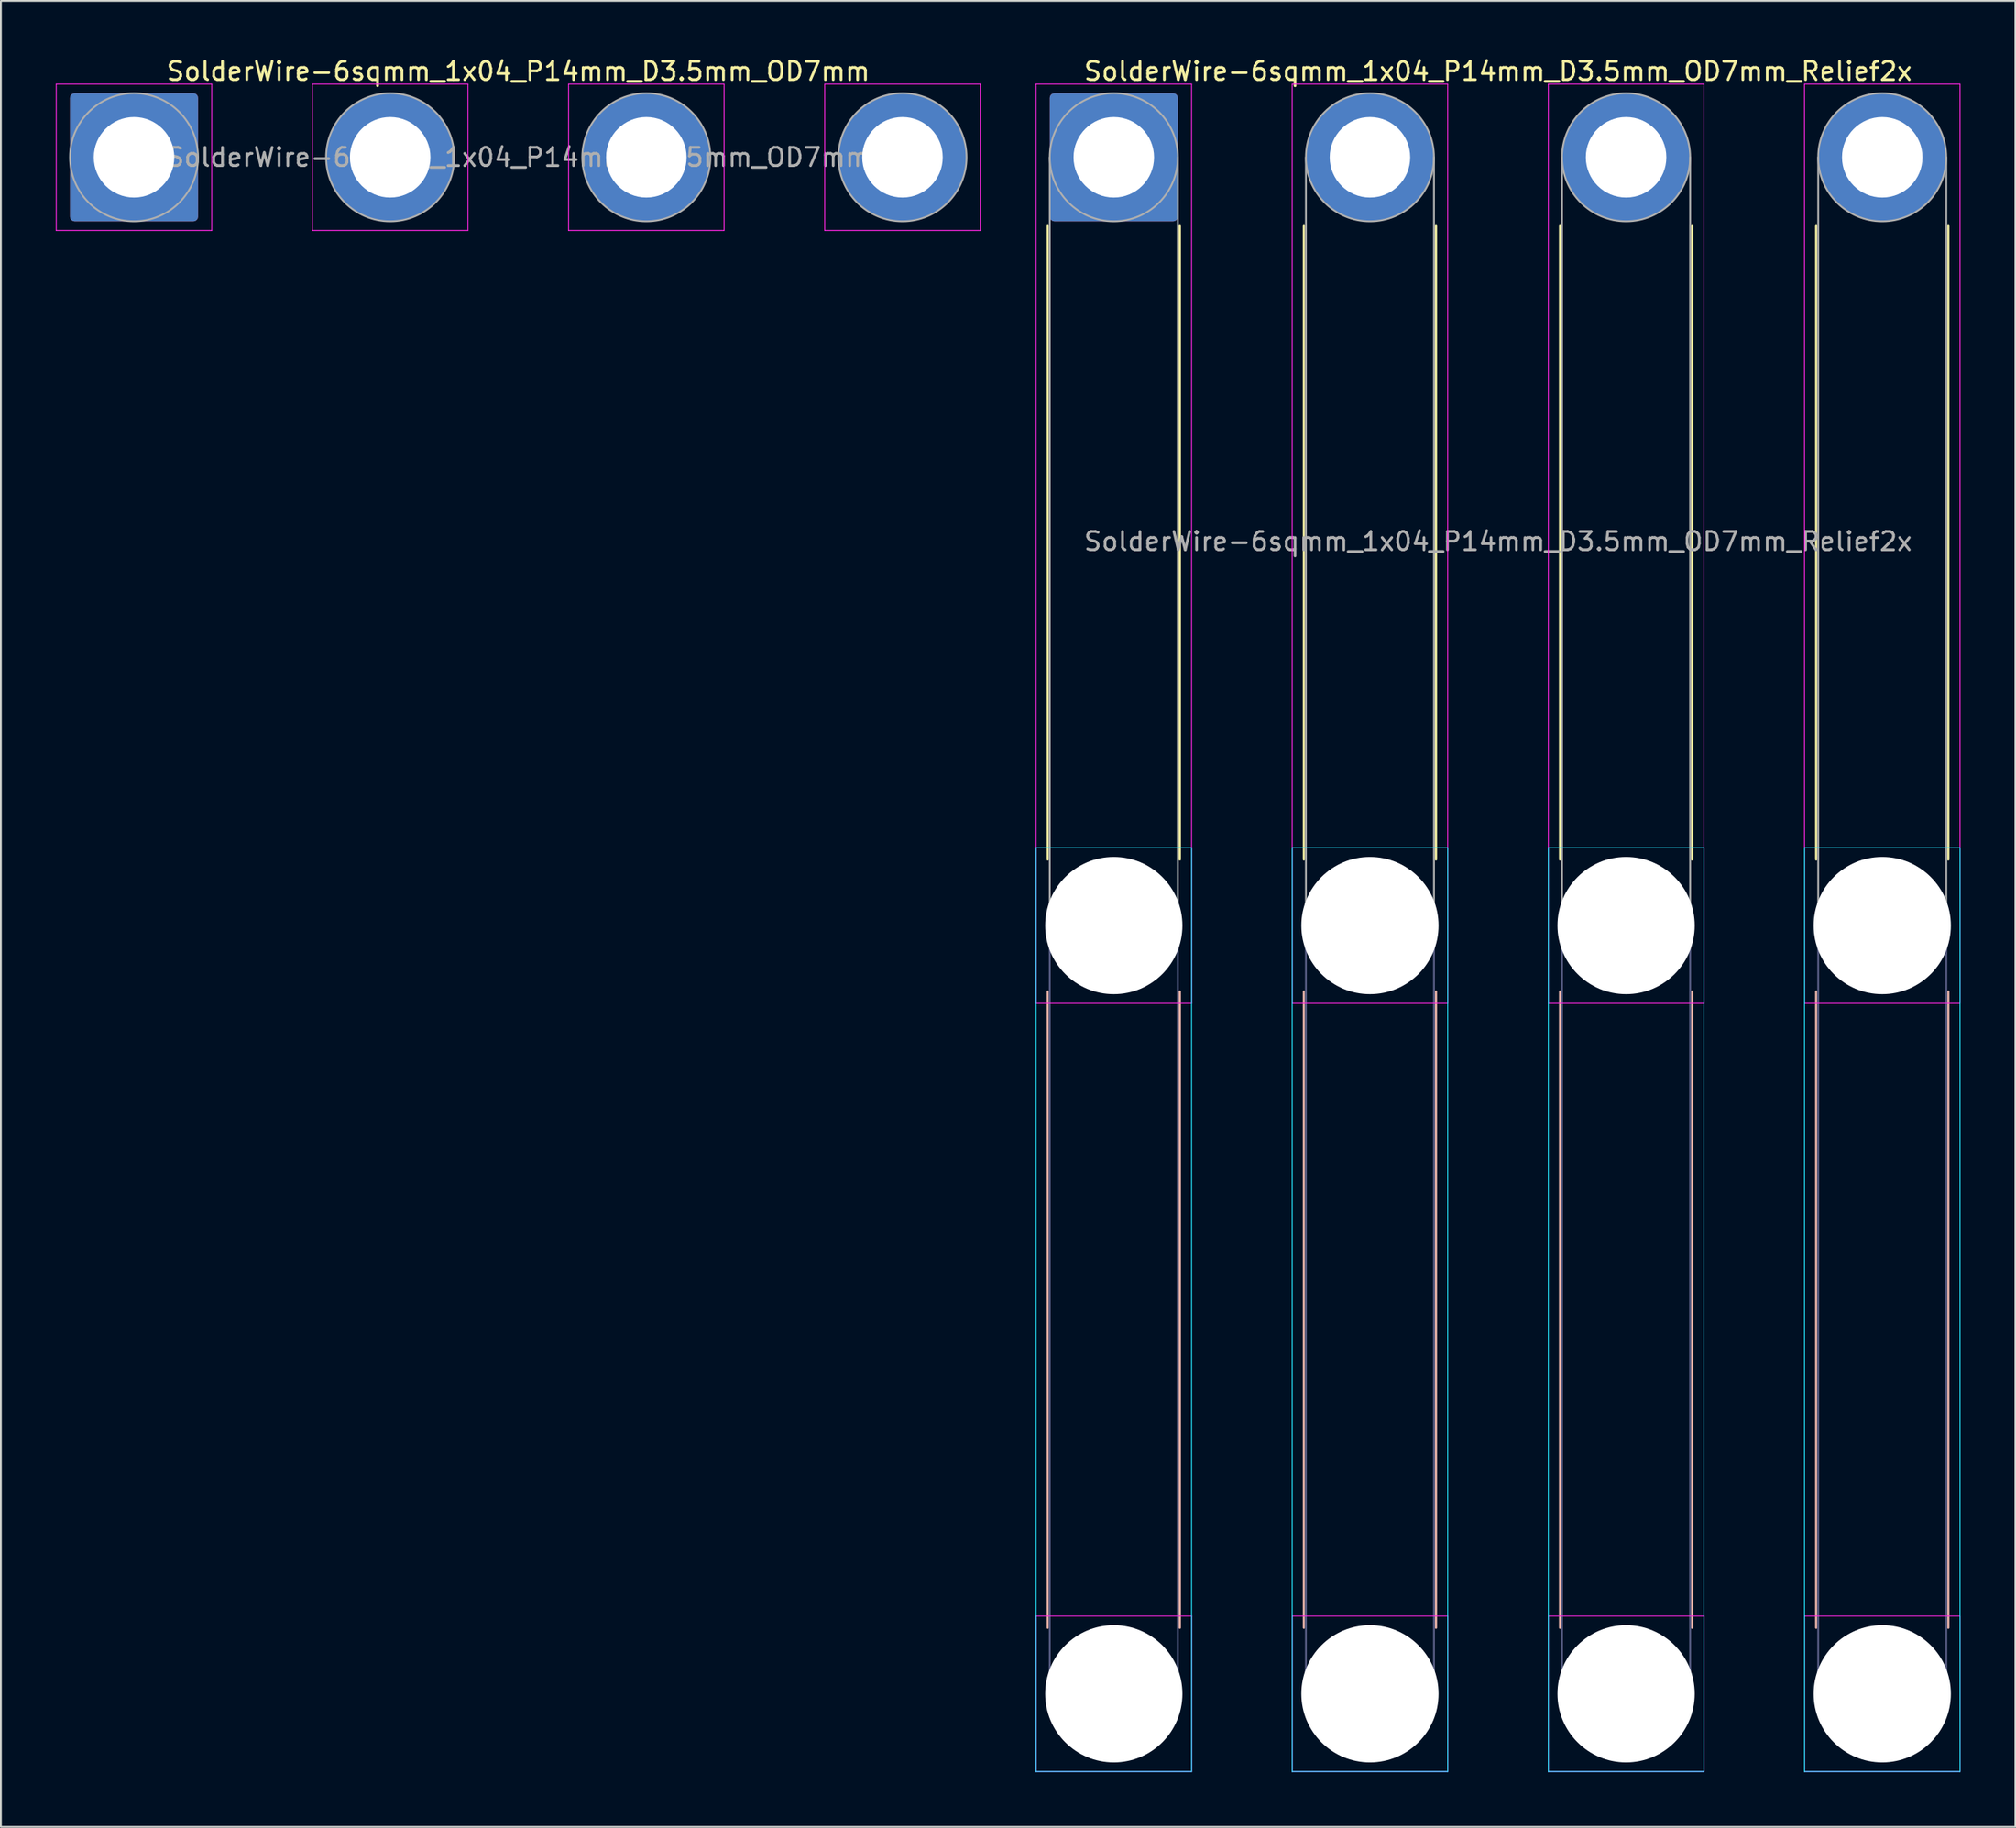
<source format=kicad_pcb>
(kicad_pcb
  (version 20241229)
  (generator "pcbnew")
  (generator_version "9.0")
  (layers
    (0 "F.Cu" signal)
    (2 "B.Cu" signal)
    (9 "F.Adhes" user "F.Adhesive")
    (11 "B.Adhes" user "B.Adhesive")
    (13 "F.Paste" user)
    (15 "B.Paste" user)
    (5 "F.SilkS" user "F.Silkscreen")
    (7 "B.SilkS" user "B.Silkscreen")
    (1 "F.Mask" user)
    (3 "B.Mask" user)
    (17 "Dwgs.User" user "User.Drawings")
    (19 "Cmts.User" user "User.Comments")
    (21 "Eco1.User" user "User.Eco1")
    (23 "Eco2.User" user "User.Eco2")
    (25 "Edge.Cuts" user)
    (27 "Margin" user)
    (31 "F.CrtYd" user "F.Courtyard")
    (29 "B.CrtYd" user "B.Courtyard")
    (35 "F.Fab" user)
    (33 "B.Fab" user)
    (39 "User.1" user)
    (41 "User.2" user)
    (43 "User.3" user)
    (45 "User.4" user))
  (footprint "SolderWire-6sqmm_1x04_P14mm_D3.5mm_OD7mm_Relief2x"
    (layer "F.Cu")
    (at 57.825 5.548)
    (property "Reference" "SolderWire-6sqmm_1x04_P14mm_D3.5mm_OD7mm_Relief2x" (at 21 -4.7 0) (layer "F.SilkS") (effects (font (size 1 1) (thickness 0.15))))
    (attr exclude_from_pos_files exclude_from_bom)
    (fp_line (start -3.61 3.76) (end -3.61 38.39) (stroke (width 0.12) (type solid)) (layer "F.SilkS"))
    (fp_line (start 3.61 3.76) (end 3.61 38.39) (stroke (width 0.12) (type solid)) (layer "F.SilkS"))
    (fp_line (start 10.39 3.76) (end 10.39 38.39) (stroke (width 0.12) (type solid)) (layer "F.SilkS"))
    (fp_line (start 17.61 3.76) (end 17.61 38.39) (stroke (width 0.12) (type solid)) (layer "F.SilkS"))
    (fp_line (start 24.39 3.76) (end 24.39 38.39) (stroke (width 0.12) (type solid)) (layer "F.SilkS"))
    (fp_line (start 31.61 3.76) (end 31.61 38.39) (stroke (width 0.12) (type solid)) (layer "F.SilkS"))
    (fp_line (start 38.39 3.76) (end 38.39 38.39) (stroke (width 0.12) (type solid)) (layer "F.SilkS"))
    (fp_line (start 45.61 3.76) (end 45.61 38.39) (stroke (width 0.12) (type solid)) (layer "F.SilkS"))
    (fp_line (start -3.61 45.61) (end -3.61 80.39) (stroke (width 0.12) (type solid)) (layer "B.SilkS"))
    (fp_line (start 3.61 45.61) (end 3.61 80.39) (stroke (width 0.12) (type solid)) (layer "B.SilkS"))
    (fp_line (start 10.39 45.61) (end 10.39 80.39) (stroke (width 0.12) (type solid)) (layer "B.SilkS"))
    (fp_line (start 17.61 45.61) (end 17.61 80.39) (stroke (width 0.12) (type solid)) (layer "B.SilkS"))
    (fp_line (start 24.39 45.61) (end 24.39 80.39) (stroke (width 0.12) (type solid)) (layer "B.SilkS"))
    (fp_line (start 31.61 45.61) (end 31.61 80.39) (stroke (width 0.12) (type solid)) (layer "B.SilkS"))
    (fp_line (start 38.39 45.61) (end 38.39 80.39) (stroke (width 0.12) (type solid)) (layer "B.SilkS"))
    (fp_line (start 45.61 45.61) (end 45.61 80.39) (stroke (width 0.12) (type solid)) (layer "B.SilkS"))
    (fp_line (start -4.25 37.75) (end -4.25 88.25) (stroke (width 0.05) (type solid)) (layer "B.CrtYd"))
    (fp_line (start -4.25 88.25) (end 4.25 88.25) (stroke (width 0.05) (type solid)) (layer "B.CrtYd"))
    (fp_line (start 4.25 37.75) (end -4.25 37.75) (stroke (width 0.05) (type solid)) (layer "B.CrtYd"))
    (fp_line (start 4.25 88.25) (end 4.25 37.75) (stroke (width 0.05) (type solid)) (layer "B.CrtYd"))
    (fp_line (start 9.75 37.75) (end 9.75 88.25) (stroke (width 0.05) (type solid)) (layer "B.CrtYd"))
    (fp_line (start 9.75 88.25) (end 18.25 88.25) (stroke (width 0.05) (type solid)) (layer "B.CrtYd"))
    (fp_line (start 18.25 37.75) (end 9.75 37.75) (stroke (width 0.05) (type solid)) (layer "B.CrtYd"))
    (fp_line (start 18.25 88.25) (end 18.25 37.75) (stroke (width 0.05) (type solid)) (layer "B.CrtYd"))
    (fp_line (start 23.75 37.75) (end 23.75 88.25) (stroke (width 0.05) (type solid)) (layer "B.CrtYd"))
    (fp_line (start 23.75 88.25) (end 32.25 88.25) (stroke (width 0.05) (type solid)) (layer "B.CrtYd"))
    (fp_line (start 32.25 37.75) (end 23.75 37.75) (stroke (width 0.05) (type solid)) (layer "B.CrtYd"))
    (fp_line (start 32.25 88.25) (end 32.25 37.75) (stroke (width 0.05) (type solid)) (layer "B.CrtYd"))
    (fp_line (start 37.75 37.75) (end 37.75 88.25) (stroke (width 0.05) (type solid)) (layer "B.CrtYd"))
    (fp_line (start 37.75 88.25) (end 46.25 88.25) (stroke (width 0.05) (type solid)) (layer "B.CrtYd"))
    (fp_line (start 46.25 37.75) (end 37.75 37.75) (stroke (width 0.05) (type solid)) (layer "B.CrtYd"))
    (fp_line (start 46.25 88.25) (end 46.25 37.75) (stroke (width 0.05) (type solid)) (layer "B.CrtYd"))
    (fp_line (start -4.25 -4) (end -4.25 46.25) (stroke (width 0.05) (type solid)) (layer "F.CrtYd"))
    (fp_line (start -4.25 46.25) (end 4.25 46.25) (stroke (width 0.05) (type solid)) (layer "F.CrtYd"))
    (fp_line (start -4.25 79.75) (end -4.25 88.25) (stroke (width 0.05) (type solid)) (layer "F.CrtYd"))
    (fp_line (start -4.25 88.25) (end 4.25 88.25) (stroke (width 0.05) (type solid)) (layer "F.CrtYd"))
    (fp_line (start 4.25 -4) (end -4.25 -4) (stroke (width 0.05) (type solid)) (layer "F.CrtYd"))
    (fp_line (start 4.25 46.25) (end 4.25 -4) (stroke (width 0.05) (type solid)) (layer "F.CrtYd"))
    (fp_line (start 4.25 79.75) (end -4.25 79.75) (stroke (width 0.05) (type solid)) (layer "F.CrtYd"))
    (fp_line (start 4.25 88.25) (end 4.25 79.75) (stroke (width 0.05) (type solid)) (layer "F.CrtYd"))
    (fp_line (start 9.75 -4) (end 9.75 46.25) (stroke (width 0.05) (type solid)) (layer "F.CrtYd"))
    (fp_line (start 9.75 46.25) (end 18.25 46.25) (stroke (width 0.05) (type solid)) (layer "F.CrtYd"))
    (fp_line (start 9.75 79.75) (end 9.75 88.25) (stroke (width 0.05) (type solid)) (layer "F.CrtYd"))
    (fp_line (start 9.75 88.25) (end 18.25 88.25) (stroke (width 0.05) (type solid)) (layer "F.CrtYd"))
    (fp_line (start 18.25 -4) (end 9.75 -4) (stroke (width 0.05) (type solid)) (layer "F.CrtYd"))
    (fp_line (start 18.25 46.25) (end 18.25 -4) (stroke (width 0.05) (type solid)) (layer "F.CrtYd"))
    (fp_line (start 18.25 79.75) (end 9.75 79.75) (stroke (width 0.05) (type solid)) (layer "F.CrtYd"))
    (fp_line (start 18.25 88.25) (end 18.25 79.75) (stroke (width 0.05) (type solid)) (layer "F.CrtYd"))
    (fp_line (start 23.75 -4) (end 23.75 46.25) (stroke (width 0.05) (type solid)) (layer "F.CrtYd"))
    (fp_line (start 23.75 46.25) (end 32.25 46.25) (stroke (width 0.05) (type solid)) (layer "F.CrtYd"))
    (fp_line (start 23.75 79.75) (end 23.75 88.25) (stroke (width 0.05) (type solid)) (layer "F.CrtYd"))
    (fp_line (start 23.75 88.25) (end 32.25 88.25) (stroke (width 0.05) (type solid)) (layer "F.CrtYd"))
    (fp_line (start 32.25 -4) (end 23.75 -4) (stroke (width 0.05) (type solid)) (layer "F.CrtYd"))
    (fp_line (start 32.25 46.25) (end 32.25 -4) (stroke (width 0.05) (type solid)) (layer "F.CrtYd"))
    (fp_line (start 32.25 79.75) (end 23.75 79.75) (stroke (width 0.05) (type solid)) (layer "F.CrtYd"))
    (fp_line (start 32.25 88.25) (end 32.25 79.75) (stroke (width 0.05) (type solid)) (layer "F.CrtYd"))
    (fp_line (start 37.75 -4) (end 37.75 46.25) (stroke (width 0.05) (type solid)) (layer "F.CrtYd"))
    (fp_line (start 37.75 46.25) (end 46.25 46.25) (stroke (width 0.05) (type solid)) (layer "F.CrtYd"))
    (fp_line (start 37.75 79.75) (end 37.75 88.25) (stroke (width 0.05) (type solid)) (layer "F.CrtYd"))
    (fp_line (start 37.75 88.25) (end 46.25 88.25) (stroke (width 0.05) (type solid)) (layer "F.CrtYd"))
    (fp_line (start 46.25 -4) (end 37.75 -4) (stroke (width 0.05) (type solid)) (layer "F.CrtYd"))
    (fp_line (start 46.25 46.25) (end 46.25 -4) (stroke (width 0.05) (type solid)) (layer "F.CrtYd"))
    (fp_line (start 46.25 79.75) (end 37.75 79.75) (stroke (width 0.05) (type solid)) (layer "F.CrtYd"))
    (fp_line (start 46.25 88.25) (end 46.25 79.75) (stroke (width 0.05) (type solid)) (layer "F.CrtYd"))
    (fp_line (start -3.5 42) (end -3.5 84) (stroke (width 0.1) (type solid)) (layer "B.Fab"))
    (fp_line (start 3.5 42) (end 3.5 84) (stroke (width 0.1) (type solid)) (layer "B.Fab"))
    (fp_line (start 10.5 42) (end 10.5 84) (stroke (width 0.1) (type solid)) (layer "B.Fab"))
    (fp_line (start 17.5 42) (end 17.5 84) (stroke (width 0.1) (type solid)) (layer "B.Fab"))
    (fp_line (start 24.5 42) (end 24.5 84) (stroke (width 0.1) (type solid)) (layer "B.Fab"))
    (fp_line (start 31.5 42) (end 31.5 84) (stroke (width 0.1) (type solid)) (layer "B.Fab"))
    (fp_line (start 38.5 42) (end 38.5 84) (stroke (width 0.1) (type solid)) (layer "B.Fab"))
    (fp_line (start 45.5 42) (end 45.5 84) (stroke (width 0.1) (type solid)) (layer "B.Fab"))
    (fp_circle (center 0 42) (end 3.5 42) (stroke (width 0.1) (type solid)) (fill no) (layer "B.Fab"))
    (fp_circle (center 0 84) (end 3.5 84) (stroke (width 0.1) (type solid)) (fill no) (layer "B.Fab"))
    (fp_circle (center 14 42) (end 17.5 42) (stroke (width 0.1) (type solid)) (fill no) (layer "B.Fab"))
    (fp_circle (center 14 84) (end 17.5 84) (stroke (width 0.1) (type solid)) (fill no) (layer "B.Fab"))
    (fp_circle (center 28 42) (end 31.5 42) (stroke (width 0.1) (type solid)) (fill no) (layer "B.Fab"))
    (fp_circle (center 28 84) (end 31.5 84) (stroke (width 0.1) (type solid)) (fill no) (layer "B.Fab"))
    (fp_circle (center 42 42) (end 45.5 42) (stroke (width 0.1) (type solid)) (fill no) (layer "B.Fab"))
    (fp_circle (center 42 84) (end 45.5 84) (stroke (width 0.1) (type solid)) (fill no) (layer "B.Fab"))
    (fp_line (start -3.5 0) (end -3.5 42) (stroke (width 0.1) (type solid)) (layer "F.Fab"))
    (fp_line (start 3.5 0) (end 3.5 42) (stroke (width 0.1) (type solid)) (layer "F.Fab"))
    (fp_line (start 10.5 0) (end 10.5 42) (stroke (width 0.1) (type solid)) (layer "F.Fab"))
    (fp_line (start 17.5 0) (end 17.5 42) (stroke (width 0.1) (type solid)) (layer "F.Fab"))
    (fp_line (start 24.5 0) (end 24.5 42) (stroke (width 0.1) (type solid)) (layer "F.Fab"))
    (fp_line (start 31.5 0) (end 31.5 42) (stroke (width 0.1) (type solid)) (layer "F.Fab"))
    (fp_line (start 38.5 0) (end 38.5 42) (stroke (width 0.1) (type solid)) (layer "F.Fab"))
    (fp_line (start 45.5 0) (end 45.5 42) (stroke (width 0.1) (type solid)) (layer "F.Fab"))
    (fp_circle (center 0 0) (end 3.5 0) (stroke (width 0.1) (type solid)) (fill no) (layer "F.Fab"))
    (fp_circle (center 0 42) (end 3.5 42) (stroke (width 0.1) (type solid)) (fill no) (layer "F.Fab"))
    (fp_circle (center 0 84) (end 3.5 84) (stroke (width 0.1) (type solid)) (fill no) (layer "F.Fab"))
    (fp_circle (center 14 0) (end 17.5 0) (stroke (width 0.1) (type solid)) (fill no) (layer "F.Fab"))
    (fp_circle (center 14 42) (end 17.5 42) (stroke (width 0.1) (type solid)) (fill no) (layer "F.Fab"))
    (fp_circle (center 14 84) (end 17.5 84) (stroke (width 0.1) (type solid)) (fill no) (layer "F.Fab"))
    (fp_circle (center 28 0) (end 31.5 0) (stroke (width 0.1) (type solid)) (fill no) (layer "F.Fab"))
    (fp_circle (center 28 42) (end 31.5 42) (stroke (width 0.1) (type solid)) (fill no) (layer "F.Fab"))
    (fp_circle (center 28 84) (end 31.5 84) (stroke (width 0.1) (type solid)) (fill no) (layer "F.Fab"))
    (fp_circle (center 42 0) (end 45.5 0) (stroke (width 0.1) (type solid)) (fill no) (layer "F.Fab"))
    (fp_circle (center 42 42) (end 45.5 42) (stroke (width 0.1) (type solid)) (fill no) (layer "F.Fab"))
    (fp_circle (center 42 84) (end 45.5 84) (stroke (width 0.1) (type solid)) (fill no) (layer "F.Fab"))
    (fp_text user "${REFERENCE}" (at 21 21 0) (layer "F.Fab") (effects (font (size 1 1) (thickness 0.15))))
    (pad "" np_thru_hole circle (at 0 42) (size 7.5 7.5) (drill 7.5) (layers "*.Cu" "*.Mask"))
    (pad "" np_thru_hole circle (at 0 84) (size 7.5 7.5) (drill 7.5) (layers "*.Cu" "*.Mask"))
    (pad "" np_thru_hole circle (at 14 42) (size 7.5 7.5) (drill 7.5) (layers "*.Cu" "*.Mask"))
    (pad "" np_thru_hole circle (at 14 84) (size 7.5 7.5) (drill 7.5) (layers "*.Cu" "*.Mask"))
    (pad "" np_thru_hole circle (at 28 42) (size 7.5 7.5) (drill 7.5) (layers "*.Cu" "*.Mask"))
    (pad "" np_thru_hole circle (at 28 84) (size 7.5 7.5) (drill 7.5) (layers "*.Cu" "*.Mask"))
    (pad "" np_thru_hole circle (at 42 42) (size 7.5 7.5) (drill 7.5) (layers "*.Cu" "*.Mask"))
    (pad "" np_thru_hole circle (at 42 84) (size 7.5 7.5) (drill 7.5) (layers "*.Cu" "*.Mask"))
    (pad "1" thru_hole roundrect (at 0 0) (size 7 7) (drill 4.4) (layers "*.Cu" "*.Mask") (roundrect_rratio 0.036))
    (pad "2" thru_hole circle (at 14 0) (size 7 7) (drill 4.4) (layers "*.Cu" "*.Mask"))
    (pad "3" thru_hole circle (at 28 0) (size 7 7) (drill 4.4) (layers "*.Cu" "*.Mask"))
    (pad "4" thru_hole circle (at 42 0) (size 7 7) (drill 4.4) (layers "*.Cu" "*.Mask")))
  (footprint "SolderWire-6sqmm_1x04_P14mm_D3.5mm_OD7mm"
    (layer "F.Cu")
    (at 4.275 5.548)
    (property "Reference" "SolderWire-6sqmm_1x04_P14mm_D3.5mm_OD7mm" (at 21 -4.7 0) (layer "F.SilkS") (effects (font (size 1 1) (thickness 0.15))))
    (attr exclude_from_pos_files exclude_from_bom)
    (fp_line (start -4.25 -4) (end -4.25 4) (stroke (width 0.05) (type solid)) (layer "F.CrtYd"))
    (fp_line (start -4.25 4) (end 4.25 4) (stroke (width 0.05) (type solid)) (layer "F.CrtYd"))
    (fp_line (start 4.25 -4) (end -4.25 -4) (stroke (width 0.05) (type solid)) (layer "F.CrtYd"))
    (fp_line (start 4.25 4) (end 4.25 -4) (stroke (width 0.05) (type solid)) (layer "F.CrtYd"))
    (fp_line (start 9.75 -4) (end 9.75 4) (stroke (width 0.05) (type solid)) (layer "F.CrtYd"))
    (fp_line (start 9.75 4) (end 18.25 4) (stroke (width 0.05) (type solid)) (layer "F.CrtYd"))
    (fp_line (start 18.25 -4) (end 9.75 -4) (stroke (width 0.05) (type solid)) (layer "F.CrtYd"))
    (fp_line (start 18.25 4) (end 18.25 -4) (stroke (width 0.05) (type solid)) (layer "F.CrtYd"))
    (fp_line (start 23.75 -4) (end 23.75 4) (stroke (width 0.05) (type solid)) (layer "F.CrtYd"))
    (fp_line (start 23.75 4) (end 32.25 4) (stroke (width 0.05) (type solid)) (layer "F.CrtYd"))
    (fp_line (start 32.25 -4) (end 23.75 -4) (stroke (width 0.05) (type solid)) (layer "F.CrtYd"))
    (fp_line (start 32.25 4) (end 32.25 -4) (stroke (width 0.05) (type solid)) (layer "F.CrtYd"))
    (fp_line (start 37.75 -4) (end 37.75 4) (stroke (width 0.05) (type solid)) (layer "F.CrtYd"))
    (fp_line (start 37.75 4) (end 46.25 4) (stroke (width 0.05) (type solid)) (layer "F.CrtYd"))
    (fp_line (start 46.25 -4) (end 37.75 -4) (stroke (width 0.05) (type solid)) (layer "F.CrtYd"))
    (fp_line (start 46.25 4) (end 46.25 -4) (stroke (width 0.05) (type solid)) (layer "F.CrtYd"))
    (fp_circle (center 0 0) (end 3.5 0) (stroke (width 0.1) (type solid)) (fill no) (layer "F.Fab"))
    (fp_circle (center 14 0) (end 17.5 0) (stroke (width 0.1) (type solid)) (fill no) (layer "F.Fab"))
    (fp_circle (center 28 0) (end 31.5 0) (stroke (width 0.1) (type solid)) (fill no) (layer "F.Fab"))
    (fp_circle (center 42 0) (end 45.5 0) (stroke (width 0.1) (type solid)) (fill no) (layer "F.Fab"))
    (fp_text user "${REFERENCE}" (at 21 0 0) (layer "F.Fab") (effects (font (size 1 1) (thickness 0.15))))
    (pad "1" thru_hole roundrect (at 0 0) (size 7 7) (drill 4.4) (layers "*.Cu" "*.Mask") (roundrect_rratio 0.036))
    (pad "2" thru_hole circle (at 14 0) (size 7 7) (drill 4.4) (layers "*.Cu" "*.Mask"))
    (pad "3" thru_hole circle (at 28 0) (size 7 7) (drill 4.4) (layers "*.Cu" "*.Mask"))
    (pad "4" thru_hole circle (at 42 0) (size 7 7) (drill 4.4) (layers "*.Cu" "*.Mask")))
  (gr_rect
    (start -3 -3)
    (end 107.1 96.823)
    (stroke (width 0.1) (type default))
    (fill no)
    (layer "Edge.Cuts")))
</source>
